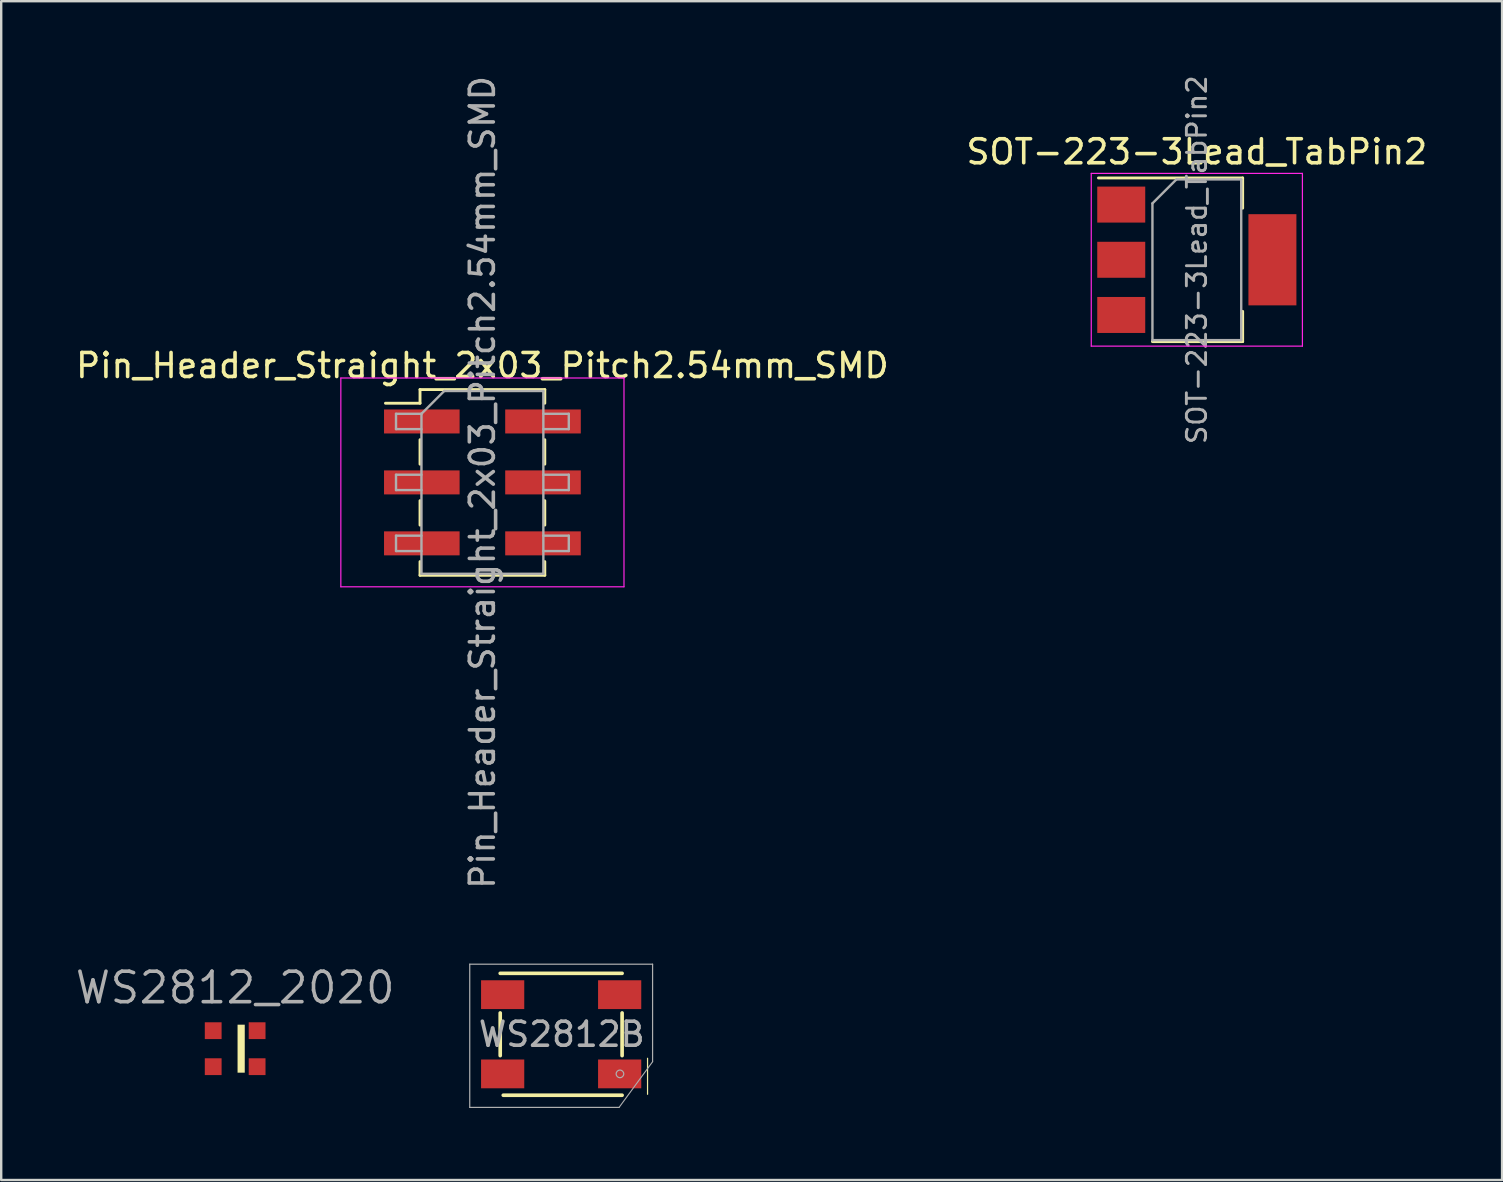
<source format=kicad_pcb>
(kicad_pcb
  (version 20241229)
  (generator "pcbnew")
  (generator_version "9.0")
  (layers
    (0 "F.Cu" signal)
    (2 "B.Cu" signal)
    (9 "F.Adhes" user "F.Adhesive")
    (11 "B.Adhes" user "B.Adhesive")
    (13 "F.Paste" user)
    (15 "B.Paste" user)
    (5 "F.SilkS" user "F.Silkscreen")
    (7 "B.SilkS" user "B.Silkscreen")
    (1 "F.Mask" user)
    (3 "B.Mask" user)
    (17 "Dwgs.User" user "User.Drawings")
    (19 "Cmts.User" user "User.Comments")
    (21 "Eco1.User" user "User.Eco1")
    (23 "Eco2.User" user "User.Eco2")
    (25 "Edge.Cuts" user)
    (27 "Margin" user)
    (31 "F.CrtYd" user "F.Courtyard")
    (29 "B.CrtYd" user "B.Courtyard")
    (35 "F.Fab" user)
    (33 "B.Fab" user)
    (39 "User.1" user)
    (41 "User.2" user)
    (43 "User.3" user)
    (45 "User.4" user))
  (footprint "Pin_Header_Straight_2x03_Pitch2.54mm_SMD"
    (layer "F.Cu")
    (at 17.054 17.054)
    (property "Reference" "Pin_Header_Straight_2x03_Pitch2.54mm_SMD" (at 0 -4.87 0) (layer "F.SilkS") (effects (font (size 1 1) (thickness 0.15))))
    (attr smd)
    (fp_line (start -4.04 -3.3) (end -2.6 -3.3) (stroke (width 0.12) (type solid)) (layer "F.SilkS"))
    (fp_line (start -2.6 -3.87) (end -2.6 -3.3) (stroke (width 0.12) (type solid)) (layer "F.SilkS"))
    (fp_line (start -2.6 -3.87) (end 2.6 -3.87) (stroke (width 0.12) (type solid)) (layer "F.SilkS"))
    (fp_line (start -2.6 -1.78) (end -2.6 -0.76) (stroke (width 0.12) (type solid)) (layer "F.SilkS"))
    (fp_line (start -2.6 0.76) (end -2.6 1.78) (stroke (width 0.12) (type solid)) (layer "F.SilkS"))
    (fp_line (start -2.6 3.3) (end -2.6 3.87) (stroke (width 0.12) (type solid)) (layer "F.SilkS"))
    (fp_line (start -2.6 3.87) (end 2.6 3.87) (stroke (width 0.12) (type solid)) (layer "F.SilkS"))
    (fp_line (start 2.6 -3.87) (end 2.6 -3.3) (stroke (width 0.12) (type solid)) (layer "F.SilkS"))
    (fp_line (start 2.6 -1.78) (end 2.6 -0.76) (stroke (width 0.12) (type solid)) (layer "F.SilkS"))
    (fp_line (start 2.6 0.76) (end 2.6 1.78) (stroke (width 0.12) (type solid)) (layer "F.SilkS"))
    (fp_line (start 2.6 3.3) (end 2.6 3.87) (stroke (width 0.12) (type solid)) (layer "F.SilkS"))
    (fp_line (start -5.9 -4.35) (end -5.9 4.35) (stroke (width 0.05) (type solid)) (layer "F.CrtYd"))
    (fp_line (start -5.9 4.35) (end 5.9 4.35) (stroke (width 0.05) (type solid)) (layer "F.CrtYd"))
    (fp_line (start 5.9 -4.35) (end -5.9 -4.35) (stroke (width 0.05) (type solid)) (layer "F.CrtYd"))
    (fp_line (start 5.9 4.35) (end 5.9 -4.35) (stroke (width 0.05) (type solid)) (layer "F.CrtYd"))
    (fp_line (start -3.6 -2.86) (end -3.6 -2.22) (stroke (width 0.1) (type solid)) (layer "F.Fab"))
    (fp_line (start -3.6 -2.22) (end -2.54 -2.22) (stroke (width 0.1) (type solid)) (layer "F.Fab"))
    (fp_line (start -3.6 -0.32) (end -3.6 0.32) (stroke (width 0.1) (type solid)) (layer "F.Fab"))
    (fp_line (start -3.6 0.32) (end -2.54 0.32) (stroke (width 0.1) (type solid)) (layer "F.Fab"))
    (fp_line (start -3.6 2.22) (end -3.6 2.86) (stroke (width 0.1) (type solid)) (layer "F.Fab"))
    (fp_line (start -3.6 2.86) (end -2.54 2.86) (stroke (width 0.1) (type solid)) (layer "F.Fab"))
    (fp_line (start -2.54 -2.86) (end -3.6 -2.86) (stroke (width 0.1) (type solid)) (layer "F.Fab"))
    (fp_line (start -2.54 -2.86) (end -1.59 -3.81) (stroke (width 0.1) (type solid)) (layer "F.Fab"))
    (fp_line (start -2.54 -0.32) (end -3.6 -0.32) (stroke (width 0.1) (type solid)) (layer "F.Fab"))
    (fp_line (start -2.54 2.22) (end -3.6 2.22) (stroke (width 0.1) (type solid)) (layer "F.Fab"))
    (fp_line (start -2.54 3.81) (end -2.54 -2.86) (stroke (width 0.1) (type solid)) (layer "F.Fab"))
    (fp_line (start -1.59 -3.81) (end 2.54 -3.81) (stroke (width 0.1) (type solid)) (layer "F.Fab"))
    (fp_line (start 2.54 -3.81) (end 2.54 3.81) (stroke (width 0.1) (type solid)) (layer "F.Fab"))
    (fp_line (start 2.54 -2.86) (end 3.6 -2.86) (stroke (width 0.1) (type solid)) (layer "F.Fab"))
    (fp_line (start 2.54 -0.32) (end 3.6 -0.32) (stroke (width 0.1) (type solid)) (layer "F.Fab"))
    (fp_line (start 2.54 2.22) (end 3.6 2.22) (stroke (width 0.1) (type solid)) (layer "F.Fab"))
    (fp_line (start 2.54 3.81) (end -2.54 3.81) (stroke (width 0.1) (type solid)) (layer "F.Fab"))
    (fp_line (start 3.6 -2.86) (end 3.6 -2.22) (stroke (width 0.1) (type solid)) (layer "F.Fab"))
    (fp_line (start 3.6 -2.22) (end 2.54 -2.22) (stroke (width 0.1) (type solid)) (layer "F.Fab"))
    (fp_line (start 3.6 -0.32) (end 3.6 0.32) (stroke (width 0.1) (type solid)) (layer "F.Fab"))
    (fp_line (start 3.6 0.32) (end 2.54 0.32) (stroke (width 0.1) (type solid)) (layer "F.Fab"))
    (fp_line (start 3.6 2.22) (end 3.6 2.86) (stroke (width 0.1) (type solid)) (layer "F.Fab"))
    (fp_line (start 3.6 2.86) (end 2.54 2.86) (stroke (width 0.1) (type solid)) (layer "F.Fab"))
    (fp_text user "${REFERENCE}" (at 0 0 90) (layer "F.Fab") (effects (font (size 1 1) (thickness 0.15))))
    (pad "1" smd rect (at -2.525 -2.54) (size 3.15 1) (layers "F.Cu" "F.Mask" "F.Paste"))
    (pad "2" smd rect (at 2.525 -2.54) (size 3.15 1) (layers "F.Cu" "F.Mask" "F.Paste"))
    (pad "3" smd rect (at -2.525 0) (size 3.15 1) (layers "F.Cu" "F.Mask" "F.Paste"))
    (pad "4" smd rect (at 2.525 0) (size 3.15 1) (layers "F.Cu" "F.Mask" "F.Paste"))
    (pad "5" smd rect (at -2.525 2.54) (size 3.15 1) (layers "F.Cu" "F.Mask" "F.Paste"))
    (pad "6" smd rect (at 2.525 2.54) (size 3.15 1) (layers "F.Cu" "F.Mask" "F.Paste")))
  (footprint "WS2812B"
    (layer "F.Cu")
    (at 20.336 40.053)
    (property "Reference" "WS2812B" (at 0.025 0 0) (layer "F.Fab") (effects (font (size 1 1) (thickness 0.15))))
    (attr through_hole)
    (fp_line (start -2.54 -2.54) (end 2.54 -2.54) (stroke (width 0.152) (type solid)) (layer "F.SilkS"))
    (fp_line (start -2.54 -0.889) (end -2.54 0.889) (stroke (width 0.152) (type solid)) (layer "F.SilkS"))
    (fp_line (start 2.54 -0.889) (end 2.54 0.889) (stroke (width 0.152) (type solid)) (layer "F.SilkS"))
    (fp_line (start 2.54 2.54) (end -2.413 2.54) (stroke (width 0.152) (type solid)) (layer "F.SilkS"))
    (fp_line (start 3.6 1) (end 3.6 2.5) (stroke (width 0.05) (type solid)) (layer "F.SilkS"))
    (fp_line (start -3.81 -2.921) (end -3.81 3.048) (stroke (width 0.05) (type solid)) (layer "F.Fab"))
    (fp_line (start -3.81 3.048) (end 2.413 3.048) (stroke (width 0.05) (type solid)) (layer "F.Fab"))
    (fp_line (start 2.413 3.048) (end 3.81 1.143) (stroke (width 0.046) (type solid)) (layer "F.Fab"))
    (fp_line (start 3.81 -2.921) (end -3.81 -2.921) (stroke (width 0.05) (type solid)) (layer "F.Fab"))
    (fp_line (start 3.81 1.143) (end 3.81 -2.921) (stroke (width 0.05) (type solid)) (layer "F.Fab"))
    (fp_circle (center 2.45 1.65) (end 2.5 1.8) (stroke (width 0.05) (type solid)) (fill no) (layer "F.Fab"))
    (pad "1" smd rect (at 2.438 1.651) (size 1.8 1.2) (layers "F.Cu" "F.Mask" "F.Paste"))
    (pad "2" smd rect (at 2.438 -1.651) (size 1.8 1.2) (layers "F.Cu" "F.Mask" "F.Paste"))
    (pad "3" smd rect (at -2.438 -1.651) (size 1.8 1.2) (layers "F.Cu" "F.Mask" "F.Paste"))
    (pad "4" smd rect (at -2.438 1.651) (size 1.8 1.2) (layers "F.Cu" "F.Mask" "F.Paste")))
  (footprint "SOT-223-3Lead_TabPin2"
    (layer "F.Cu")
    (at 46.827 7.776)
    (property "Reference" "SOT-223-3Lead_TabPin2" (at 0 -4.5 0) (layer "F.SilkS") (effects (font (size 1 1) (thickness 0.15))))
    (attr smd)
    (fp_line (start -4.1 -3.41) (end 1.91 -3.41) (stroke (width 0.12) (type solid)) (layer "F.SilkS"))
    (fp_line (start -1.85 3.41) (end 1.91 3.41) (stroke (width 0.12) (type solid)) (layer "F.SilkS"))
    (fp_line (start 1.91 -3.41) (end 1.91 -2.15) (stroke (width 0.12) (type solid)) (layer "F.SilkS"))
    (fp_line (start 1.91 3.41) (end 1.91 2.15) (stroke (width 0.12) (type solid)) (layer "F.SilkS"))
    (fp_line (start -4.4 -3.6) (end -4.4 3.6) (stroke (width 0.05) (type solid)) (layer "F.CrtYd"))
    (fp_line (start -4.4 3.6) (end 4.4 3.6) (stroke (width 0.05) (type solid)) (layer "F.CrtYd"))
    (fp_line (start 4.4 -3.6) (end -4.4 -3.6) (stroke (width 0.05) (type solid)) (layer "F.CrtYd"))
    (fp_line (start 4.4 3.6) (end 4.4 -3.6) (stroke (width 0.05) (type solid)) (layer "F.CrtYd"))
    (fp_line (start -1.85 -2.35) (end -1.85 3.35) (stroke (width 0.1) (type solid)) (layer "F.Fab"))
    (fp_line (start -1.85 -2.35) (end -0.85 -3.35) (stroke (width 0.1) (type solid)) (layer "F.Fab"))
    (fp_line (start -1.85 3.35) (end 1.85 3.35) (stroke (width 0.1) (type solid)) (layer "F.Fab"))
    (fp_line (start -0.85 -3.35) (end 1.85 -3.35) (stroke (width 0.1) (type solid)) (layer "F.Fab"))
    (fp_line (start 1.85 -3.35) (end 1.85 3.35) (stroke (width 0.1) (type solid)) (layer "F.Fab"))
    (fp_text user "${REFERENCE}" (at 0 0 90) (layer "F.Fab") (effects (font (size 0.8 0.8) (thickness 0.12))))
    (pad "1" smd rect (at -3.15 -2.3) (size 2 1.5) (layers "F.Cu" "F.Mask" "F.Paste"))
    (pad "2" smd rect (at -3.15 0) (size 2 1.5) (layers "F.Cu" "F.Mask" "F.Paste"))
    (pad "2" smd rect (at 3.15 0) (size 2 3.8) (layers "F.Cu" "F.Mask" "F.Paste"))
    (pad "3" smd rect (at -3.15 2.3) (size 2 1.5) (layers "F.Cu" "F.Mask" "F.Paste")))
  (footprint "WS2812_2020"
    (layer "F.Cu")
    (at 6.75 40.653)
    (property "Reference" "WS2812_2020" (at 0 -2.54 0) (layer "F.Fab") (effects (font (size 1.27 1.27) (thickness 0.15))))
    (attr smd)
    (fp_poly (pts (xy 0.1 1) (xy 0.4 1) (xy 0.4 -1) (xy 0.1 -1)) (stroke (width 0) (type solid)) (fill yes) (layer "F.SilkS"))
    (pad "1" smd rect (at 0.915 0.75) (size 0.7 0.7) (layers "F.Cu" "F.Mask" "F.Paste"))
    (pad "2" smd rect (at 0.915 -0.75) (size 0.7 0.7) (layers "F.Cu" "F.Mask" "F.Paste"))
    (pad "3" smd rect (at -0.915 -0.75) (size 0.7 0.7) (layers "F.Cu" "F.Mask" "F.Paste"))
    (pad "4" smd rect (at -0.915 0.75) (size 0.7 0.7) (layers "F.Cu" "F.Mask" "F.Paste")))
  (gr_rect
    (start -3 -3)
    (end 59.548 46.126)
    (stroke (width 0.1) (type default))
    (fill no)
    (layer "Edge.Cuts")))
</source>
